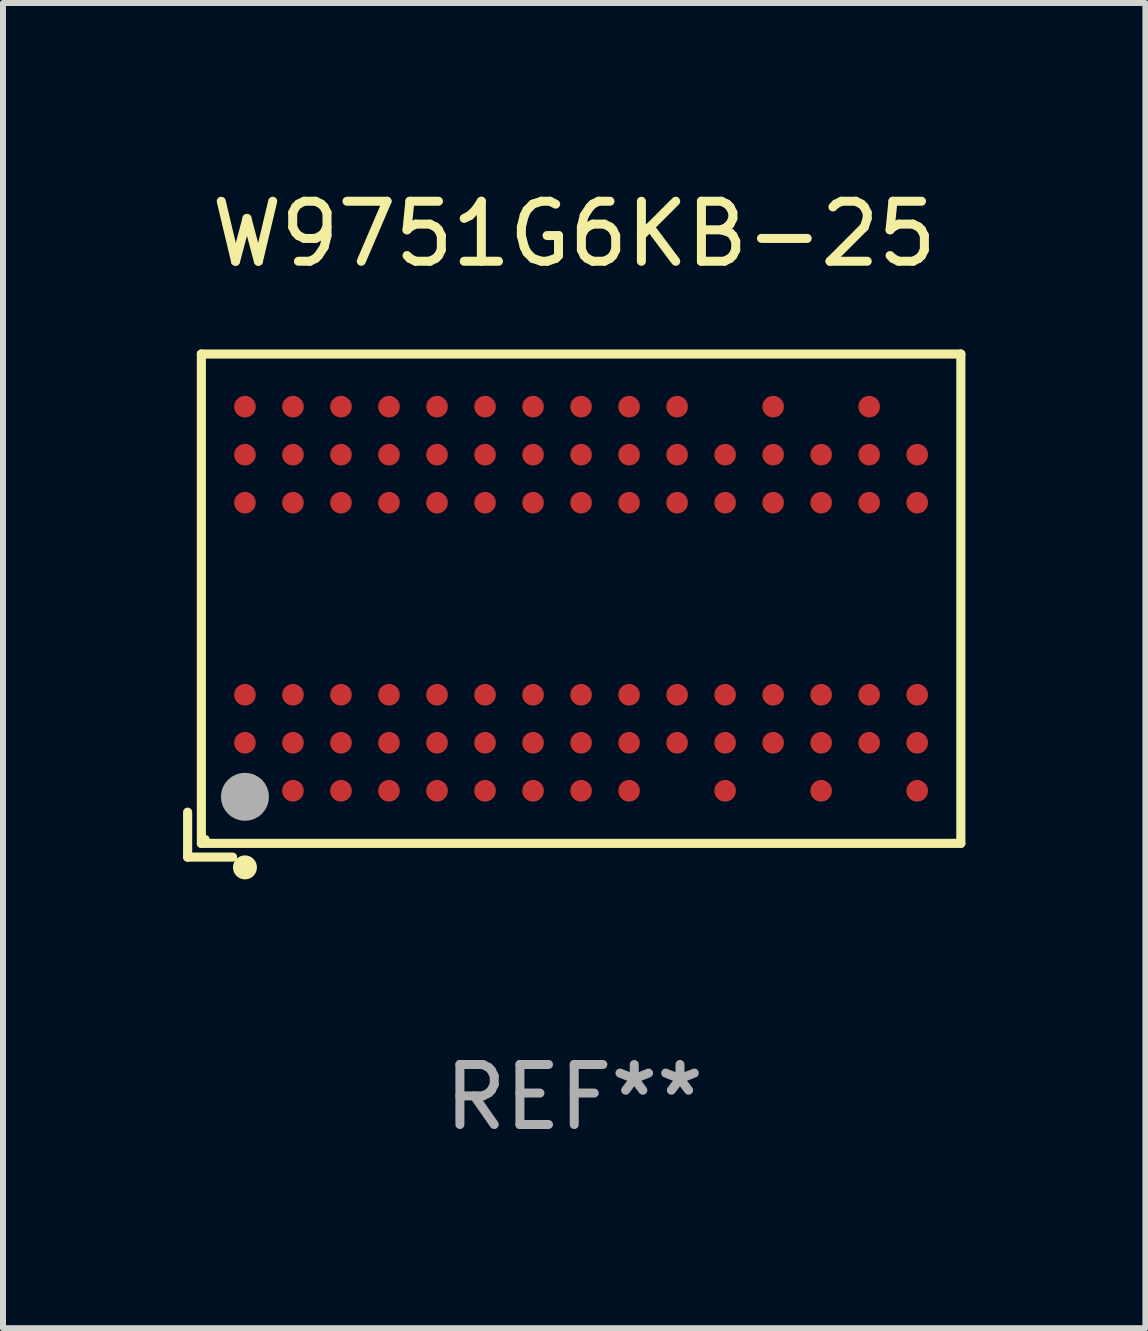
<source format=kicad_pcb>
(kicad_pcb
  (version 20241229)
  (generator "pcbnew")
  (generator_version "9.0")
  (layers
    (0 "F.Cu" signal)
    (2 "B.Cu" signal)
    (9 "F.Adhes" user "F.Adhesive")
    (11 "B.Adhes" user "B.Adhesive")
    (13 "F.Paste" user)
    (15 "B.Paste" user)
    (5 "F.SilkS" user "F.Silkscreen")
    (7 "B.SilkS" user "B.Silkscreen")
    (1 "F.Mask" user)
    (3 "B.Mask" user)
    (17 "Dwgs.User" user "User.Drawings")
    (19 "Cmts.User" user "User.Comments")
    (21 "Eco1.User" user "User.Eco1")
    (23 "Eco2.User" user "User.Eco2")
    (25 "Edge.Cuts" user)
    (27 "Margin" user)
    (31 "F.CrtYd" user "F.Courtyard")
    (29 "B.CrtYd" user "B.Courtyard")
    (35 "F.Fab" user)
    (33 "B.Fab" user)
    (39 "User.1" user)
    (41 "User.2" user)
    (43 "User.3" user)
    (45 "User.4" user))
  (footprint "W9751G6KB-25"
    (layer "F.Cu")
    (at 6.517 7.039)
    (property "Reference" "W9751G6KB-25" (at 0 -6.191 0) (layer "F.SilkS") (effects (font (size 1 1) (thickness 0.15))))
    (attr through_hole)
    (fp_line (start -6.441 3.442) (end -6.441 4.191) (stroke (width 0.152) (type solid)) (layer "F.SilkS"))
    (fp_line (start -6.441 4.191) (end -5.692 4.191) (stroke (width 0.152) (type solid)) (layer "F.SilkS"))
    (fp_line (start -6.212 -4.191) (end 6.441 -4.191) (stroke (width 0.152) (type solid)) (layer "F.SilkS"))
    (fp_line (start -6.212 3.962) (end -6.212 -4.191) (stroke (width 0.152) (type solid)) (layer "F.SilkS"))
    (fp_line (start 6.441 -4.191) (end 6.441 3.962) (stroke (width 0.152) (type solid)) (layer "F.SilkS"))
    (fp_line (start 6.441 3.962) (end -6.212 3.962) (stroke (width 0.152) (type solid)) (layer "F.SilkS"))
    (fp_circle (center -6.136 3.886) (end -6.106 3.886) (stroke (width 0.06) (type solid)) (fill no) (layer "F.SilkS"))
    (fp_circle (center -5.486 4.362) (end -5.386 4.362) (stroke (width 0.2) (type solid)) (fill no) (layer "F.SilkS"))
    (fp_circle (center -5.486 3.186) (end -5.286 3.186) (stroke (width 0.4) (type solid)) (fill no) (layer "F.Fab"))
    (fp_text user "REF**" (at 0 8.191 0) (layer "F.Fab") (effects (font (size 1 1) (thickness 0.15))))
    (pad "A1" smd circle (at -5.486 3.086) (size 0.36 0.36) (layers "F.Cu" "F.Mask" "F.Paste"))
    (pad "A2" smd circle (at -5.486 2.286) (size 0.36 0.36) (layers "F.Cu" "F.Mask" "F.Paste"))
    (pad "A3" smd circle (at -5.486 1.486) (size 0.36 0.36) (layers "F.Cu" "F.Mask" "F.Paste"))
    (pad "A7" smd circle (at -5.486 -1.714) (size 0.36 0.36) (layers "F.Cu" "F.Mask" "F.Paste"))
    (pad "A8" smd circle (at -5.486 -2.514) (size 0.36 0.36) (layers "F.Cu" "F.Mask" "F.Paste"))
    (pad "A9" smd circle (at -5.486 -3.314) (size 0.36 0.36) (layers "F.Cu" "F.Mask" "F.Paste"))
    (pad "B1" smd circle (at -4.686 3.086) (size 0.36 0.36) (layers "F.Cu" "F.Mask" "F.Paste"))
    (pad "B2" smd circle (at -4.686 2.286) (size 0.36 0.36) (layers "F.Cu" "F.Mask" "F.Paste"))
    (pad "B3" smd circle (at -4.686 1.486) (size 0.36 0.36) (layers "F.Cu" "F.Mask" "F.Paste"))
    (pad "B7" smd circle (at -4.686 -1.714) (size 0.36 0.36) (layers "F.Cu" "F.Mask" "F.Paste"))
    (pad "B8" smd circle (at -4.686 -2.514) (size 0.36 0.36) (layers "F.Cu" "F.Mask" "F.Paste"))
    (pad "B9" smd circle (at -4.686 -3.314) (size 0.36 0.36) (layers "F.Cu" "F.Mask" "F.Paste"))
    (pad "C1" smd circle (at -3.886 3.086) (size 0.36 0.36) (layers "F.Cu" "F.Mask" "F.Paste"))
    (pad "C2" smd circle (at -3.886 2.286) (size 0.36 0.36) (layers "F.Cu" "F.Mask" "F.Paste"))
    (pad "C3" smd circle (at -3.886 1.486) (size 0.36 0.36) (layers "F.Cu" "F.Mask" "F.Paste"))
    (pad "C7" smd circle (at -3.886 -1.714) (size 0.36 0.36) (layers "F.Cu" "F.Mask" "F.Paste"))
    (pad "C8" smd circle (at -3.886 -2.514) (size 0.36 0.36) (layers "F.Cu" "F.Mask" "F.Paste"))
    (pad "C9" smd circle (at -3.886 -3.314) (size 0.36 0.36) (layers "F.Cu" "F.Mask" "F.Paste"))
    (pad "D1" smd circle (at -3.086 3.086) (size 0.36 0.36) (layers "F.Cu" "F.Mask" "F.Paste"))
    (pad "D2" smd circle (at -3.086 2.286) (size 0.36 0.36) (layers "F.Cu" "F.Mask" "F.Paste"))
    (pad "D3" smd circle (at -3.086 1.486) (size 0.36 0.36) (layers "F.Cu" "F.Mask" "F.Paste"))
    (pad "D7" smd circle (at -3.086 -1.714) (size 0.36 0.36) (layers "F.Cu" "F.Mask" "F.Paste"))
    (pad "D8" smd circle (at -3.086 -2.514) (size 0.36 0.36) (layers "F.Cu" "F.Mask" "F.Paste"))
    (pad "D9" smd circle (at -3.086 -3.314) (size 0.36 0.36) (layers "F.Cu" "F.Mask" "F.Paste"))
    (pad "E1" smd circle (at -2.286 3.086) (size 0.36 0.36) (layers "F.Cu" "F.Mask" "F.Paste"))
    (pad "E2" smd circle (at -2.286 2.286) (size 0.36 0.36) (layers "F.Cu" "F.Mask" "F.Paste"))
    (pad "E3" smd circle (at -2.286 1.486) (size 0.36 0.36) (layers "F.Cu" "F.Mask" "F.Paste"))
    (pad "E7" smd circle (at -2.286 -1.714) (size 0.36 0.36) (layers "F.Cu" "F.Mask" "F.Paste"))
    (pad "E8" smd circle (at -2.286 -2.514) (size 0.36 0.36) (layers "F.Cu" "F.Mask" "F.Paste"))
    (pad "E9" smd circle (at -2.286 -3.314) (size 0.36 0.36) (layers "F.Cu" "F.Mask" "F.Paste"))
    (pad "F1" smd circle (at -1.486 3.086) (size 0.36 0.36) (layers "F.Cu" "F.Mask" "F.Paste"))
    (pad "F2" smd circle (at -1.486 2.286) (size 0.36 0.36) (layers "F.Cu" "F.Mask" "F.Paste"))
    (pad "F3" smd circle (at -1.486 1.486) (size 0.36 0.36) (layers "F.Cu" "F.Mask" "F.Paste"))
    (pad "F7" smd circle (at -1.486 -1.714) (size 0.36 0.36) (layers "F.Cu" "F.Mask" "F.Paste"))
    (pad "F8" smd circle (at -1.486 -2.514) (size 0.36 0.36) (layers "F.Cu" "F.Mask" "F.Paste"))
    (pad "F9" smd circle (at -1.486 -3.314) (size 0.36 0.36) (layers "F.Cu" "F.Mask" "F.Paste"))
    (pad "G1" smd circle (at -0.686 3.086) (size 0.36 0.36) (layers "F.Cu" "F.Mask" "F.Paste"))
    (pad "G2" smd circle (at -0.686 2.286) (size 0.36 0.36) (layers "F.Cu" "F.Mask" "F.Paste"))
    (pad "G3" smd circle (at -0.686 1.486) (size 0.36 0.36) (layers "F.Cu" "F.Mask" "F.Paste"))
    (pad "G7" smd circle (at -0.686 -1.714) (size 0.36 0.36) (layers "F.Cu" "F.Mask" "F.Paste"))
    (pad "G8" smd circle (at -0.686 -2.514) (size 0.36 0.36) (layers "F.Cu" "F.Mask" "F.Paste"))
    (pad "G9" smd circle (at -0.686 -3.314) (size 0.36 0.36) (layers "F.Cu" "F.Mask" "F.Paste"))
    (pad "H1" smd circle (at 0.114 3.086) (size 0.36 0.36) (layers "F.Cu" "F.Mask" "F.Paste"))
    (pad "H2" smd circle (at 0.114 2.286) (size 0.36 0.36) (layers "F.Cu" "F.Mask" "F.Paste"))
    (pad "H3" smd circle (at 0.114 1.486) (size 0.36 0.36) (layers "F.Cu" "F.Mask" "F.Paste"))
    (pad "H7" smd circle (at 0.114 -1.714) (size 0.36 0.36) (layers "F.Cu" "F.Mask" "F.Paste"))
    (pad "H8" smd circle (at 0.114 -2.514) (size 0.36 0.36) (layers "F.Cu" "F.Mask" "F.Paste"))
    (pad "H9" smd circle (at 0.114 -3.314) (size 0.36 0.36) (layers "F.Cu" "F.Mask" "F.Paste"))
    (pad "J1" smd circle (at 0.914 3.086) (size 0.36 0.36) (layers "F.Cu" "F.Mask" "F.Paste"))
    (pad "J2" smd circle (at 0.914 2.286) (size 0.36 0.36) (layers "F.Cu" "F.Mask" "F.Paste"))
    (pad "J3" smd circle (at 0.914 1.486) (size 0.36 0.36) (layers "F.Cu" "F.Mask" "F.Paste"))
    (pad "J7" smd circle (at 0.914 -1.714) (size 0.36 0.36) (layers "F.Cu" "F.Mask" "F.Paste"))
    (pad "J8" smd circle (at 0.914 -2.514) (size 0.36 0.36) (layers "F.Cu" "F.Mask" "F.Paste"))
    (pad "J9" smd circle (at 0.914 -3.314) (size 0.36 0.36) (layers "F.Cu" "F.Mask" "F.Paste"))
    (pad "K2" smd circle (at 1.714 2.286) (size 0.36 0.36) (layers "F.Cu" "F.Mask" "F.Paste"))
    (pad "K3" smd circle (at 1.714 1.486) (size 0.36 0.36) (layers "F.Cu" "F.Mask" "F.Paste"))
    (pad "K7" smd circle (at 1.714 -1.714) (size 0.36 0.36) (layers "F.Cu" "F.Mask" "F.Paste"))
    (pad "K8" smd circle (at 1.714 -2.514) (size 0.36 0.36) (layers "F.Cu" "F.Mask" "F.Paste"))
    (pad "K9" smd circle (at 1.714 -3.314) (size 0.36 0.36) (layers "F.Cu" "F.Mask" "F.Paste"))
    (pad "L1" smd circle (at 2.514 3.086) (size 0.36 0.36) (layers "F.Cu" "F.Mask" "F.Paste"))
    (pad "L2" smd circle (at 2.514 2.286) (size 0.36 0.36) (layers "F.Cu" "F.Mask" "F.Paste"))
    (pad "L3" smd circle (at 2.514 1.486) (size 0.36 0.36) (layers "F.Cu" "F.Mask" "F.Paste"))
    (pad "L7" smd circle (at 2.514 -1.714) (size 0.36 0.36) (layers "F.Cu" "F.Mask" "F.Paste"))
    (pad "L8" smd circle (at 2.514 -2.514) (size 0.36 0.36) (layers "F.Cu" "F.Mask" "F.Paste"))
    (pad "M2" smd circle (at 3.314 2.286) (size 0.36 0.36) (layers "F.Cu" "F.Mask" "F.Paste"))
    (pad "M3" smd circle (at 3.314 1.486) (size 0.36 0.36) (layers "F.Cu" "F.Mask" "F.Paste"))
    (pad "M7" smd circle (at 3.314 -1.714) (size 0.36 0.36) (layers "F.Cu" "F.Mask" "F.Paste"))
    (pad "M8" smd circle (at 3.314 -2.514) (size 0.36 0.36) (layers "F.Cu" "F.Mask" "F.Paste"))
    (pad "M9" smd circle (at 3.314 -3.314) (size 0.36 0.36) (layers "F.Cu" "F.Mask" "F.Paste"))
    (pad "N1" smd circle (at 4.114 3.086) (size 0.36 0.36) (layers "F.Cu" "F.Mask" "F.Paste"))
    (pad "N2" smd circle (at 4.114 2.286) (size 0.36 0.36) (layers "F.Cu" "F.Mask" "F.Paste"))
    (pad "N3" smd circle (at 4.114 1.486) (size 0.36 0.36) (layers "F.Cu" "F.Mask" "F.Paste"))
    (pad "N7" smd circle (at 4.114 -1.714) (size 0.36 0.36) (layers "F.Cu" "F.Mask" "F.Paste"))
    (pad "N8" smd circle (at 4.114 -2.514) (size 0.36 0.36) (layers "F.Cu" "F.Mask" "F.Paste"))
    (pad "P2" smd circle (at 4.914 2.286) (size 0.36 0.36) (layers "F.Cu" "F.Mask" "F.Paste"))
    (pad "P3" smd circle (at 4.914 1.486) (size 0.36 0.36) (layers "F.Cu" "F.Mask" "F.Paste"))
    (pad "P7" smd circle (at 4.914 -1.714) (size 0.36 0.36) (layers "F.Cu" "F.Mask" "F.Paste"))
    (pad "P8" smd circle (at 4.914 -2.514) (size 0.36 0.36) (layers "F.Cu" "F.Mask" "F.Paste"))
    (pad "P9" smd circle (at 4.914 -3.314) (size 0.36 0.36) (layers "F.Cu" "F.Mask" "F.Paste"))
    (pad "R1" smd circle (at 5.714 3.086) (size 0.36 0.36) (layers "F.Cu" "F.Mask" "F.Paste"))
    (pad "R2" smd circle (at 5.714 2.286) (size 0.36 0.36) (layers "F.Cu" "F.Mask" "F.Paste"))
    (pad "R3" smd circle (at 5.714 1.486) (size 0.36 0.36) (layers "F.Cu" "F.Mask" "F.Paste"))
    (pad "R7" smd circle (at 5.714 -1.714) (size 0.36 0.36) (layers "F.Cu" "F.Mask" "F.Paste"))
    (pad "R8" smd circle (at 5.714 -2.514) (size 0.36 0.36) (layers "F.Cu" "F.Mask" "F.Paste")))
  (gr_rect
    (start -3 -3)
    (end 16.033 19.078)
    (stroke (width 0.1) (type default))
    (fill no)
    (layer "Edge.Cuts")))
</source>
